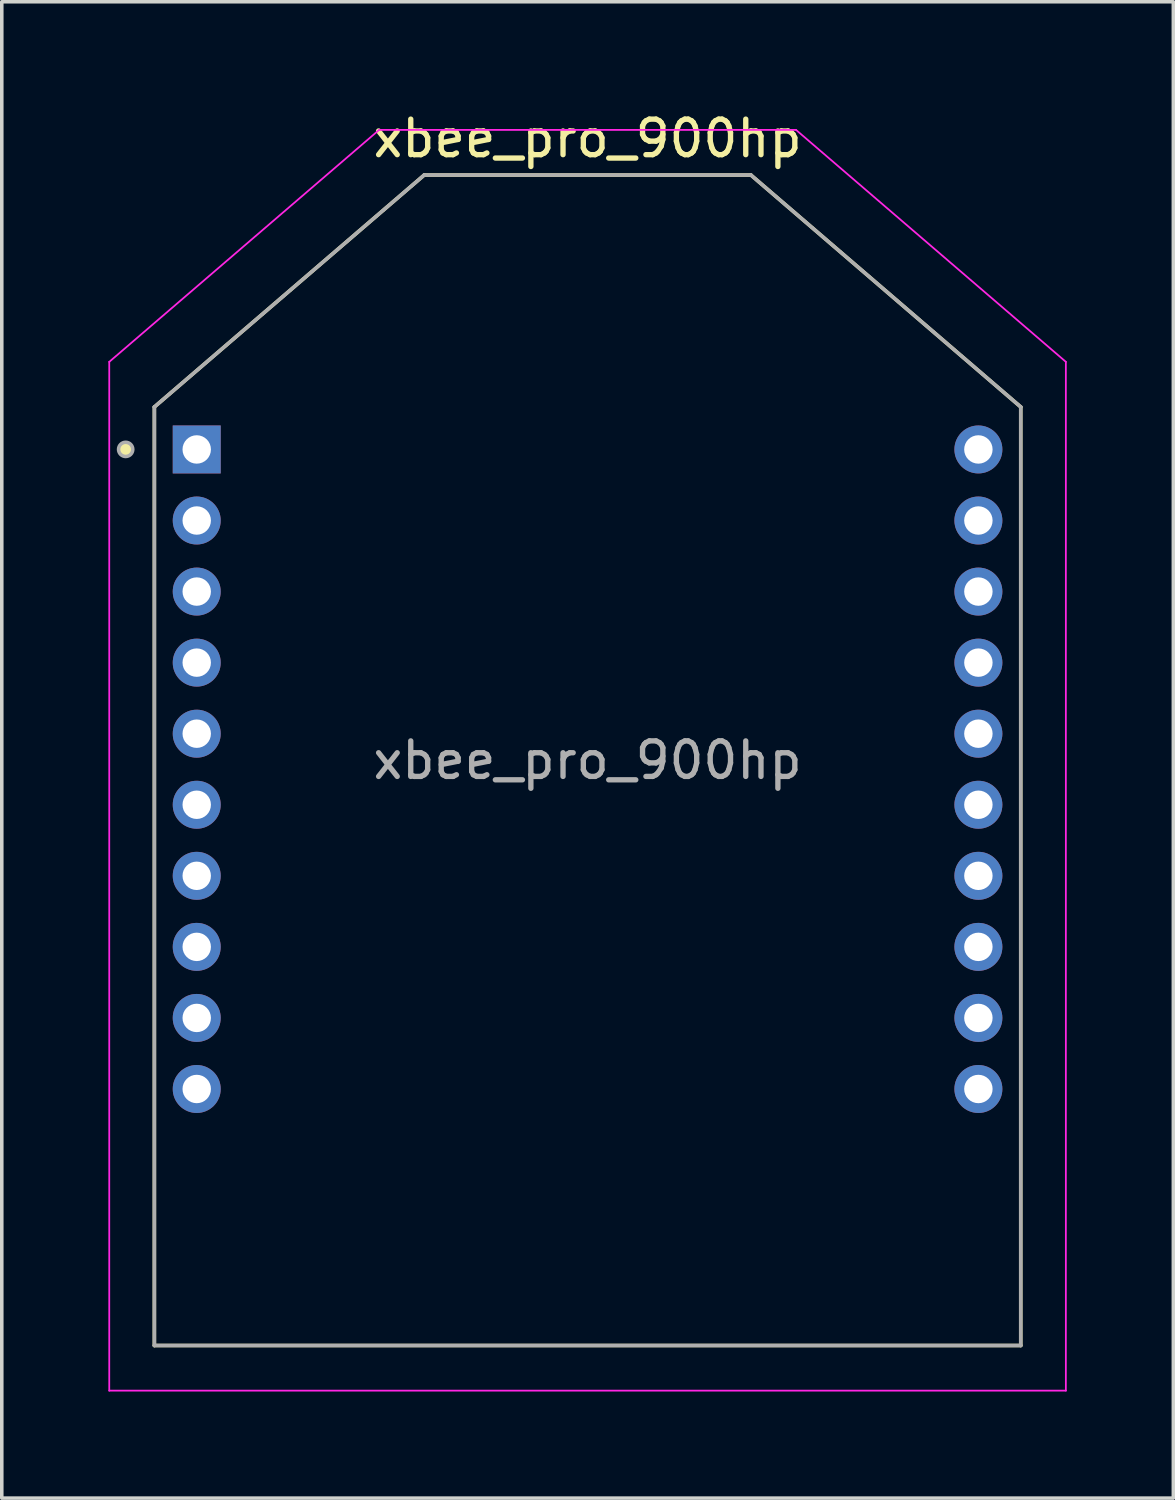
<source format=kicad_pcb>
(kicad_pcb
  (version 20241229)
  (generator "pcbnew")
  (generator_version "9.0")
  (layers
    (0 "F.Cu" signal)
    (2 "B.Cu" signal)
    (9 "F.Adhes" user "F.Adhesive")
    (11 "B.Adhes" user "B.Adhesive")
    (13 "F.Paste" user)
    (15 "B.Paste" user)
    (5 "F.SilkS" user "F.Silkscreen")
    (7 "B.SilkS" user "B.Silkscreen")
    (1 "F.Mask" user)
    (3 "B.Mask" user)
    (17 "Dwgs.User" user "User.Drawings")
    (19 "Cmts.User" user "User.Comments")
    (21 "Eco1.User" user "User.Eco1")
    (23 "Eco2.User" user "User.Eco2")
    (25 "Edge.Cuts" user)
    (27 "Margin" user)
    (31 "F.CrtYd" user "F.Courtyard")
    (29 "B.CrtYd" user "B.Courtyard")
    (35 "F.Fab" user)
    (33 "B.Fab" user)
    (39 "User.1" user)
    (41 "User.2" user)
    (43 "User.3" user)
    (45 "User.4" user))
  (footprint "xbee_pro_900hp"
    (layer "F.Cu")
    (at 13.487 18.348)
    (property "Reference" "xbee_pro_900hp" (at 0 -17.5 0) (unlocked yes) (layer "F.SilkS") (effects (font (size 1 1) (thickness 0.15))))
    (attr through_hole)
    (fp_line (start -12.192 16.472) (end -12.192 -9.944) (stroke (width 0.1) (type default)) (layer "F.SilkS"))
    (fp_line (start -12.192 16.472) (end 12.192 16.472) (stroke (width 0.1) (type default)) (layer "F.SilkS"))
    (fp_line (start -4.597 -16.472) (end -12.192 -9.944) (stroke (width 0.1) (type default)) (layer "F.SilkS"))
    (fp_line (start -4.597 -16.472) (end 4.597 -16.472) (stroke (width 0.1) (type default)) (layer "F.SilkS"))
    (fp_line (start 4.597 -16.472) (end 12.192 -9.944) (stroke (width 0.1) (type default)) (layer "F.SilkS"))
    (fp_line (start 12.192 16.472) (end 12.192 -9.944) (stroke (width 0.1) (type default)) (layer "F.SilkS"))
    (fp_circle (center -13 -8.75) (end -12.8 -8.75) (stroke (width 0) (type solid)) (fill yes) (layer "F.SilkS"))
    (fp_line (start -13.462 -11.214) (end -13.462 17.742) (stroke (width 0.05) (type default)) (layer "F.CrtYd"))
    (fp_line (start -5.867 -17.742) (end -13.462 -11.214) (stroke (width 0.05) (type default)) (layer "F.CrtYd"))
    (fp_line (start 5.867 -17.742) (end -5.867 -17.742) (stroke (width 0.05) (type default)) (layer "F.CrtYd"))
    (fp_line (start 5.867 -17.742) (end 13.462 -11.214) (stroke (width 0.05) (type default)) (layer "F.CrtYd"))
    (fp_line (start 13.462 -11.214) (end 13.462 17.742) (stroke (width 0.05) (type default)) (layer "F.CrtYd"))
    (fp_line (start 13.462 17.742) (end -13.462 17.742) (stroke (width 0.05) (type default)) (layer "F.CrtYd"))
    (fp_line (start -12.192 16.472) (end -12.192 -9.944) (stroke (width 0.1) (type default)) (layer "F.Fab"))
    (fp_line (start -12.192 16.472) (end 12.192 16.472) (stroke (width 0.1) (type default)) (layer "F.Fab"))
    (fp_line (start -4.597 -16.472) (end -12.192 -9.944) (stroke (width 0.1) (type default)) (layer "F.Fab"))
    (fp_line (start -4.597 -16.472) (end 4.597 -16.472) (stroke (width 0.1) (type default)) (layer "F.Fab"))
    (fp_line (start 4.597 -16.472) (end 12.192 -9.944) (stroke (width 0.1) (type default)) (layer "F.Fab"))
    (fp_line (start 12.192 16.472) (end 12.192 -9.944) (stroke (width 0.1) (type default)) (layer "F.Fab"))
    (fp_circle (center -13 -8.75) (end -12.8 -8.75) (stroke (width 0.1) (type solid)) (fill no) (layer "F.Fab"))
    (fp_text user "${REFERENCE}" (at 0 0 0) (unlocked yes) (layer "F.Fab") (effects (font (size 1 1) (thickness 0.15))))
    (pad "1" thru_hole rect (at -11 -8.748) (size 1.35 1.35) (drill 0.8) (layers "*.Cu" "*.Mask"))
    (pad "2" thru_hole oval (at -11 -6.748) (size 1.35 1.35) (drill 0.8) (layers "*.Cu" "*.Mask"))
    (pad "3" thru_hole oval (at -11 -4.748) (size 1.35 1.35) (drill 0.8) (layers "*.Cu" "*.Mask"))
    (pad "4" thru_hole oval (at -11 -2.748) (size 1.35 1.35) (drill 0.8) (layers "*.Cu" "*.Mask"))
    (pad "5" thru_hole oval (at -11 -0.748) (size 1.35 1.35) (drill 0.8) (layers "*.Cu" "*.Mask"))
    (pad "6" thru_hole oval (at -11 1.252) (size 1.35 1.35) (drill 0.8) (layers "*.Cu" "*.Mask"))
    (pad "7" thru_hole oval (at -11 3.252) (size 1.35 1.35) (drill 0.8) (layers "*.Cu" "*.Mask"))
    (pad "8" thru_hole oval (at -11 5.252) (size 1.35 1.35) (drill 0.8) (layers "*.Cu" "*.Mask"))
    (pad "9" thru_hole oval (at -11 7.252) (size 1.35 1.35) (drill 0.8) (layers "*.Cu" "*.Mask"))
    (pad "10" thru_hole oval (at -11 9.252) (size 1.35 1.35) (drill 0.8) (layers "*.Cu" "*.Mask"))
    (pad "11" thru_hole oval (at 11 9.252) (size 1.35 1.35) (drill 0.8) (layers "*.Cu" "*.Mask"))
    (pad "12" thru_hole oval (at 11 7.252) (size 1.35 1.35) (drill 0.8) (layers "*.Cu" "*.Mask"))
    (pad "13" thru_hole oval (at 11 5.252) (size 1.35 1.35) (drill 0.8) (layers "*.Cu" "*.Mask"))
    (pad "14" thru_hole oval (at 11 3.252) (size 1.35 1.35) (drill 0.8) (layers "*.Cu" "*.Mask"))
    (pad "15" thru_hole oval (at 11 1.252) (size 1.35 1.35) (drill 0.8) (layers "*.Cu" "*.Mask"))
    (pad "16" thru_hole oval (at 11 -0.748) (size 1.35 1.35) (drill 0.8) (layers "*.Cu" "*.Mask"))
    (pad "17" thru_hole oval (at 11 -2.748) (size 1.35 1.35) (drill 0.8) (layers "*.Cu" "*.Mask"))
    (pad "18" thru_hole oval (at 11 -4.748) (size 1.35 1.35) (drill 0.8) (layers "*.Cu" "*.Mask"))
    (pad "19" thru_hole oval (at 11 -6.748) (size 1.35 1.35) (drill 0.8) (layers "*.Cu" "*.Mask"))
    (pad "20" thru_hole oval (at 11 -8.748) (size 1.35 1.35) (drill 0.8) (layers "*.Cu" "*.Mask")))
  (gr_rect
    (start -3 -3)
    (end 29.974 39.115)
    (stroke (width 0.1) (type default))
    (fill no)
    (layer "Edge.Cuts")))
</source>
